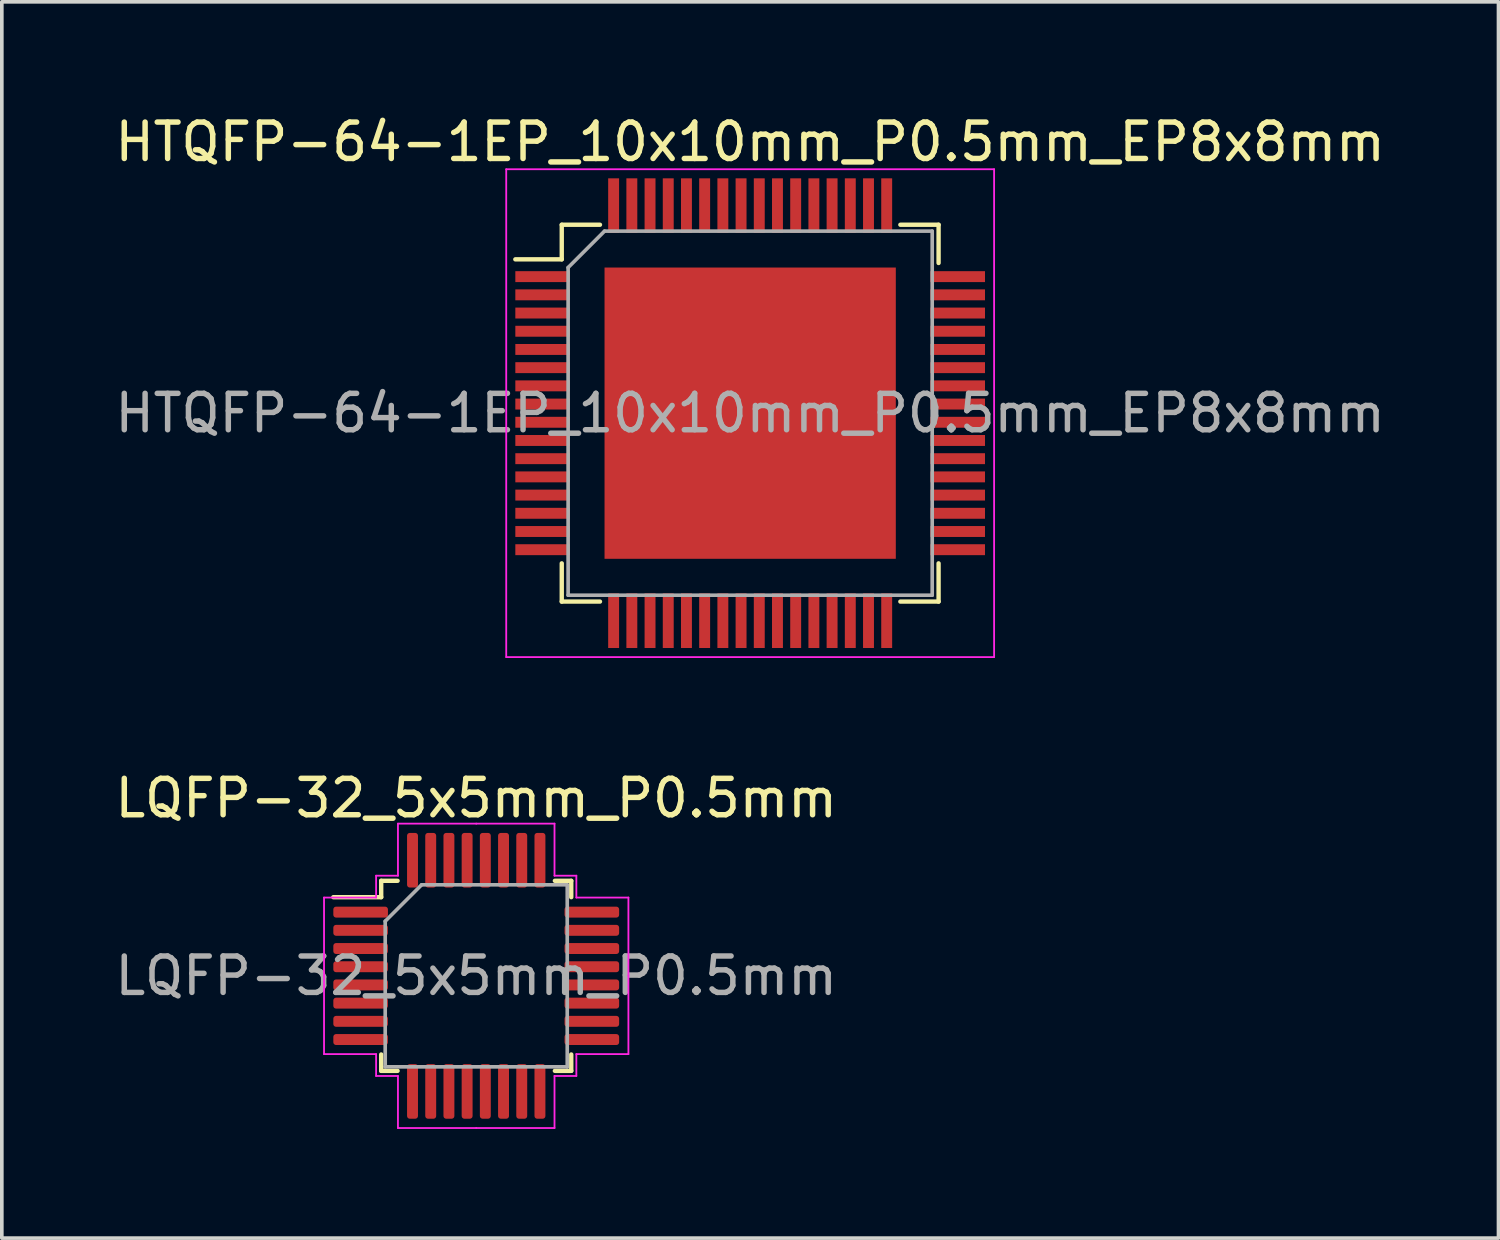
<source format=kicad_pcb>
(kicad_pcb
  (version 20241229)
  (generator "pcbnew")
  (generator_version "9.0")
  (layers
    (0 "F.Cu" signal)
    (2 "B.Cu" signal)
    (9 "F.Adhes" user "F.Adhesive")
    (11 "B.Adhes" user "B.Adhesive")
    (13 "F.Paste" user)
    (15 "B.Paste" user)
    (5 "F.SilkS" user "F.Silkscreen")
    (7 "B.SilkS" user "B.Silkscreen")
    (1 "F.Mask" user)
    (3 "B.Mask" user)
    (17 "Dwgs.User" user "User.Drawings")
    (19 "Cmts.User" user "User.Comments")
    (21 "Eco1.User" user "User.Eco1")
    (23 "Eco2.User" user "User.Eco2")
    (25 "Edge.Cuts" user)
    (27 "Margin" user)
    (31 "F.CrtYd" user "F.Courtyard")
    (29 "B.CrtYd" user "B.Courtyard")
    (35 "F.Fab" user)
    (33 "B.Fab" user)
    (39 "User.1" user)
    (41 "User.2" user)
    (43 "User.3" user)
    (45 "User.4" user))
  (footprint "HTQFP-64-1EP_10x10mm_P0.5mm_EP8x8mm"
    (layer "F.Cu")
    (at 17.554 8.298)
    (property "Reference" "HTQFP-64-1EP_10x10mm_P0.5mm_EP8x8mm" (at 0 -7.45 0) (layer "F.SilkS") (effects (font (size 1 1) (thickness 0.15))))
    (attr smd)
    (fp_line (start -5.175 -5.175) (end -5.175 -4.225) (stroke (width 0.12) (type solid)) (layer "F.SilkS"))
    (fp_line (start -5.175 -5.175) (end -4.125 -5.175) (stroke (width 0.12) (type solid)) (layer "F.SilkS"))
    (fp_line (start -5.175 -4.225) (end -6.45 -4.225) (stroke (width 0.12) (type solid)) (layer "F.SilkS"))
    (fp_line (start -5.175 5.175) (end -5.175 4.125) (stroke (width 0.12) (type solid)) (layer "F.SilkS"))
    (fp_line (start -5.175 5.175) (end -4.125 5.175) (stroke (width 0.12) (type solid)) (layer "F.SilkS"))
    (fp_line (start 5.175 -5.175) (end 4.125 -5.175) (stroke (width 0.12) (type solid)) (layer "F.SilkS"))
    (fp_line (start 5.175 -5.175) (end 5.175 -4.125) (stroke (width 0.12) (type solid)) (layer "F.SilkS"))
    (fp_line (start 5.175 5.175) (end 4.125 5.175) (stroke (width 0.12) (type solid)) (layer "F.SilkS"))
    (fp_line (start 5.175 5.175) (end 5.175 4.125) (stroke (width 0.12) (type solid)) (layer "F.SilkS"))
    (fp_line (start -6.7 -6.7) (end -6.7 6.7) (stroke (width 0.05) (type solid)) (layer "F.CrtYd"))
    (fp_line (start -6.7 -6.7) (end 6.7 -6.7) (stroke (width 0.05) (type solid)) (layer "F.CrtYd"))
    (fp_line (start -6.7 6.7) (end 6.7 6.7) (stroke (width 0.05) (type solid)) (layer "F.CrtYd"))
    (fp_line (start 6.7 -6.7) (end 6.7 6.7) (stroke (width 0.05) (type solid)) (layer "F.CrtYd"))
    (fp_line (start -5 -4) (end -4 -5) (stroke (width 0.1) (type solid)) (layer "F.Fab"))
    (fp_line (start -5 5) (end -5 -4) (stroke (width 0.1) (type solid)) (layer "F.Fab"))
    (fp_line (start -4 -5) (end 5 -5) (stroke (width 0.1) (type solid)) (layer "F.Fab"))
    (fp_line (start 5 -5) (end 5 5) (stroke (width 0.1) (type solid)) (layer "F.Fab"))
    (fp_line (start 5 5) (end -5 5) (stroke (width 0.1) (type solid)) (layer "F.Fab"))
    (fp_text user "${REFERENCE}" (at 0 0 0) (layer "F.Fab") (effects (font (size 1 1) (thickness 0.15))))
    (pad "" smd rect (at -2 -2 180) (size 3.2 3.2) (layers "F.Paste"))
    (pad "" smd rect (at -2 2 180) (size 3.2 3.2) (layers "F.Paste"))
    (pad "" smd rect (at 2 -2 180) (size 3.2 3.2) (layers "F.Paste"))
    (pad "" smd rect (at 2 2 180) (size 3.2 3.2) (layers "F.Paste"))
    (pad "1" smd rect (at -5.7 -3.75) (size 1.5 0.3) (layers "F.Cu" "F.Mask" "F.Paste"))
    (pad "2" smd rect (at -5.7 -3.25) (size 1.5 0.3) (layers "F.Cu" "F.Mask" "F.Paste"))
    (pad "3" smd rect (at -5.7 -2.75) (size 1.5 0.3) (layers "F.Cu" "F.Mask" "F.Paste"))
    (pad "4" smd rect (at -5.7 -2.25) (size 1.5 0.3) (layers "F.Cu" "F.Mask" "F.Paste"))
    (pad "5" smd rect (at -5.7 -1.75) (size 1.5 0.3) (layers "F.Cu" "F.Mask" "F.Paste"))
    (pad "6" smd rect (at -5.7 -1.25) (size 1.5 0.3) (layers "F.Cu" "F.Mask" "F.Paste"))
    (pad "7" smd rect (at -5.7 -0.75) (size 1.5 0.3) (layers "F.Cu" "F.Mask" "F.Paste"))
    (pad "8" smd rect (at -5.7 -0.25) (size 1.5 0.3) (layers "F.Cu" "F.Mask" "F.Paste"))
    (pad "9" smd rect (at -5.7 0.25) (size 1.5 0.3) (layers "F.Cu" "F.Mask" "F.Paste"))
    (pad "10" smd rect (at -5.7 0.75) (size 1.5 0.3) (layers "F.Cu" "F.Mask" "F.Paste"))
    (pad "11" smd rect (at -5.7 1.25) (size 1.5 0.3) (layers "F.Cu" "F.Mask" "F.Paste"))
    (pad "12" smd rect (at -5.7 1.75) (size 1.5 0.3) (layers "F.Cu" "F.Mask" "F.Paste"))
    (pad "13" smd rect (at -5.7 2.25) (size 1.5 0.3) (layers "F.Cu" "F.Mask" "F.Paste"))
    (pad "14" smd rect (at -5.7 2.75) (size 1.5 0.3) (layers "F.Cu" "F.Mask" "F.Paste"))
    (pad "15" smd rect (at -5.7 3.25) (size 1.5 0.3) (layers "F.Cu" "F.Mask" "F.Paste"))
    (pad "16" smd rect (at -5.7 3.75) (size 1.5 0.3) (layers "F.Cu" "F.Mask" "F.Paste"))
    (pad "17" smd rect (at -3.75 5.7 90) (size 1.5 0.3) (layers "F.Cu" "F.Mask" "F.Paste"))
    (pad "18" smd rect (at -3.25 5.7 90) (size 1.5 0.3) (layers "F.Cu" "F.Mask" "F.Paste"))
    (pad "19" smd rect (at -2.75 5.7 90) (size 1.5 0.3) (layers "F.Cu" "F.Mask" "F.Paste"))
    (pad "20" smd rect (at -2.25 5.7 90) (size 1.5 0.3) (layers "F.Cu" "F.Mask" "F.Paste"))
    (pad "21" smd rect (at -1.75 5.7 90) (size 1.5 0.3) (layers "F.Cu" "F.Mask" "F.Paste"))
    (pad "22" smd rect (at -1.25 5.7 90) (size 1.5 0.3) (layers "F.Cu" "F.Mask" "F.Paste"))
    (pad "23" smd rect (at -0.75 5.7 90) (size 1.5 0.3) (layers "F.Cu" "F.Mask" "F.Paste"))
    (pad "24" smd rect (at -0.25 5.7 90) (size 1.5 0.3) (layers "F.Cu" "F.Mask" "F.Paste"))
    (pad "25" smd rect (at 0.25 5.7 90) (size 1.5 0.3) (layers "F.Cu" "F.Mask" "F.Paste"))
    (pad "26" smd rect (at 0.75 5.7 90) (size 1.5 0.3) (layers "F.Cu" "F.Mask" "F.Paste"))
    (pad "27" smd rect (at 1.25 5.7 90) (size 1.5 0.3) (layers "F.Cu" "F.Mask" "F.Paste"))
    (pad "28" smd rect (at 1.75 5.7 90) (size 1.5 0.3) (layers "F.Cu" "F.Mask" "F.Paste"))
    (pad "29" smd rect (at 2.25 5.7 90) (size 1.5 0.3) (layers "F.Cu" "F.Mask" "F.Paste"))
    (pad "30" smd rect (at 2.75 5.7 90) (size 1.5 0.3) (layers "F.Cu" "F.Mask" "F.Paste"))
    (pad "31" smd rect (at 3.25 5.7 90) (size 1.5 0.3) (layers "F.Cu" "F.Mask" "F.Paste"))
    (pad "32" smd rect (at 3.75 5.7 90) (size 1.5 0.3) (layers "F.Cu" "F.Mask" "F.Paste"))
    (pad "33" smd rect (at 5.7 3.75) (size 1.5 0.3) (layers "F.Cu" "F.Mask" "F.Paste"))
    (pad "34" smd rect (at 5.7 3.25) (size 1.5 0.3) (layers "F.Cu" "F.Mask" "F.Paste"))
    (pad "35" smd rect (at 5.7 2.75) (size 1.5 0.3) (layers "F.Cu" "F.Mask" "F.Paste"))
    (pad "36" smd rect (at 5.7 2.25) (size 1.5 0.3) (layers "F.Cu" "F.Mask" "F.Paste"))
    (pad "37" smd rect (at 5.7 1.75) (size 1.5 0.3) (layers "F.Cu" "F.Mask" "F.Paste"))
    (pad "38" smd rect (at 5.7 1.25) (size 1.5 0.3) (layers "F.Cu" "F.Mask" "F.Paste"))
    (pad "39" smd rect (at 5.7 0.75) (size 1.5 0.3) (layers "F.Cu" "F.Mask" "F.Paste"))
    (pad "40" smd rect (at 5.7 0.25) (size 1.5 0.3) (layers "F.Cu" "F.Mask" "F.Paste"))
    (pad "41" smd rect (at 5.7 -0.25) (size 1.5 0.3) (layers "F.Cu" "F.Mask" "F.Paste"))
    (pad "42" smd rect (at 5.7 -0.75) (size 1.5 0.3) (layers "F.Cu" "F.Mask" "F.Paste"))
    (pad "43" smd rect (at 5.7 -1.25) (size 1.5 0.3) (layers "F.Cu" "F.Mask" "F.Paste"))
    (pad "44" smd rect (at 5.7 -1.75) (size 1.5 0.3) (layers "F.Cu" "F.Mask" "F.Paste"))
    (pad "45" smd rect (at 5.7 -2.25) (size 1.5 0.3) (layers "F.Cu" "F.Mask" "F.Paste"))
    (pad "46" smd rect (at 5.7 -2.75) (size 1.5 0.3) (layers "F.Cu" "F.Mask" "F.Paste"))
    (pad "47" smd rect (at 5.7 -3.25) (size 1.5 0.3) (layers "F.Cu" "F.Mask" "F.Paste"))
    (pad "48" smd rect (at 5.7 -3.75) (size 1.5 0.3) (layers "F.Cu" "F.Mask" "F.Paste"))
    (pad "49" smd rect (at 3.75 -5.7 90) (size 1.5 0.3) (layers "F.Cu" "F.Mask" "F.Paste"))
    (pad "50" smd rect (at 3.25 -5.7 90) (size 1.5 0.3) (layers "F.Cu" "F.Mask" "F.Paste"))
    (pad "51" smd rect (at 2.75 -5.7 90) (size 1.5 0.3) (layers "F.Cu" "F.Mask" "F.Paste"))
    (pad "52" smd rect (at 2.25 -5.7 90) (size 1.5 0.3) (layers "F.Cu" "F.Mask" "F.Paste"))
    (pad "53" smd rect (at 1.75 -5.7 90) (size 1.5 0.3) (layers "F.Cu" "F.Mask" "F.Paste"))
    (pad "54" smd rect (at 1.25 -5.7 90) (size 1.5 0.3) (layers "F.Cu" "F.Mask" "F.Paste"))
    (pad "55" smd rect (at 0.75 -5.7 90) (size 1.5 0.3) (layers "F.Cu" "F.Mask" "F.Paste"))
    (pad "56" smd rect (at 0.25 -5.7 90) (size 1.5 0.3) (layers "F.Cu" "F.Mask" "F.Paste"))
    (pad "57" smd rect (at -0.25 -5.7 90) (size 1.5 0.3) (layers "F.Cu" "F.Mask" "F.Paste"))
    (pad "58" smd rect (at -0.75 -5.7 90) (size 1.5 0.3) (layers "F.Cu" "F.Mask" "F.Paste"))
    (pad "59" smd rect (at -1.25 -5.7 90) (size 1.5 0.3) (layers "F.Cu" "F.Mask" "F.Paste"))
    (pad "60" smd rect (at -1.75 -5.7 90) (size 1.5 0.3) (layers "F.Cu" "F.Mask" "F.Paste"))
    (pad "61" smd rect (at -2.25 -5.7 90) (size 1.5 0.3) (layers "F.Cu" "F.Mask" "F.Paste"))
    (pad "62" smd rect (at -2.75 -5.7 90) (size 1.5 0.3) (layers "F.Cu" "F.Mask" "F.Paste"))
    (pad "63" smd rect (at -3.25 -5.7 90) (size 1.5 0.3) (layers "F.Cu" "F.Mask" "F.Paste"))
    (pad "64" smd rect (at -3.75 -5.7 90) (size 1.5 0.3) (layers "F.Cu" "F.Mask" "F.Paste"))
    (pad "65" smd rect (at 0 0 180) (size 8 8) (layers "F.Cu" "F.Mask")))
  (footprint "LQFP-32_5x5mm_P0.5mm"
    (layer "F.Cu")
    (at 10.03 23.752)
    (property "Reference" "LQFP-32_5x5mm_P0.5mm" (at 0 -4.88 0) (layer "F.SilkS") (effects (font (size 1 1) (thickness 0.15))))
    (attr smd)
    (fp_line (start -2.61 -2.61) (end -2.61 -2.16) (stroke (width 0.12) (type solid)) (layer "F.SilkS"))
    (fp_line (start -2.61 -2.16) (end -3.925 -2.16) (stroke (width 0.12) (type solid)) (layer "F.SilkS"))
    (fp_line (start -2.61 2.61) (end -2.61 2.16) (stroke (width 0.12) (type solid)) (layer "F.SilkS"))
    (fp_line (start -2.16 -2.61) (end -2.61 -2.61) (stroke (width 0.12) (type solid)) (layer "F.SilkS"))
    (fp_line (start -2.16 2.61) (end -2.61 2.61) (stroke (width 0.12) (type solid)) (layer "F.SilkS"))
    (fp_line (start 2.16 -2.61) (end 2.61 -2.61) (stroke (width 0.12) (type solid)) (layer "F.SilkS"))
    (fp_line (start 2.16 2.61) (end 2.61 2.61) (stroke (width 0.12) (type solid)) (layer "F.SilkS"))
    (fp_line (start 2.61 -2.61) (end 2.61 -2.16) (stroke (width 0.12) (type solid)) (layer "F.SilkS"))
    (fp_line (start 2.61 2.61) (end 2.61 2.16) (stroke (width 0.12) (type solid)) (layer "F.SilkS"))
    (fp_line (start -4.18 -2.15) (end -4.18 0) (stroke (width 0.05) (type solid)) (layer "F.CrtYd"))
    (fp_line (start -4.18 2.15) (end -4.18 0) (stroke (width 0.05) (type solid)) (layer "F.CrtYd"))
    (fp_line (start -2.75 -2.75) (end -2.75 -2.15) (stroke (width 0.05) (type solid)) (layer "F.CrtYd"))
    (fp_line (start -2.75 -2.15) (end -4.18 -2.15) (stroke (width 0.05) (type solid)) (layer "F.CrtYd"))
    (fp_line (start -2.75 2.15) (end -4.18 2.15) (stroke (width 0.05) (type solid)) (layer "F.CrtYd"))
    (fp_line (start -2.75 2.75) (end -2.75 2.15) (stroke (width 0.05) (type solid)) (layer "F.CrtYd"))
    (fp_line (start -2.15 -4.18) (end -2.15 -2.75) (stroke (width 0.05) (type solid)) (layer "F.CrtYd"))
    (fp_line (start -2.15 -2.75) (end -2.75 -2.75) (stroke (width 0.05) (type solid)) (layer "F.CrtYd"))
    (fp_line (start -2.15 2.75) (end -2.75 2.75) (stroke (width 0.05) (type solid)) (layer "F.CrtYd"))
    (fp_line (start -2.15 4.18) (end -2.15 2.75) (stroke (width 0.05) (type solid)) (layer "F.CrtYd"))
    (fp_line (start 0 -4.18) (end -2.15 -4.18) (stroke (width 0.05) (type solid)) (layer "F.CrtYd"))
    (fp_line (start 0 -4.18) (end 2.15 -4.18) (stroke (width 0.05) (type solid)) (layer "F.CrtYd"))
    (fp_line (start 0 4.18) (end -2.15 4.18) (stroke (width 0.05) (type solid)) (layer "F.CrtYd"))
    (fp_line (start 0 4.18) (end 2.15 4.18) (stroke (width 0.05) (type solid)) (layer "F.CrtYd"))
    (fp_line (start 2.15 -4.18) (end 2.15 -2.75) (stroke (width 0.05) (type solid)) (layer "F.CrtYd"))
    (fp_line (start 2.15 -2.75) (end 2.75 -2.75) (stroke (width 0.05) (type solid)) (layer "F.CrtYd"))
    (fp_line (start 2.15 2.75) (end 2.75 2.75) (stroke (width 0.05) (type solid)) (layer "F.CrtYd"))
    (fp_line (start 2.15 4.18) (end 2.15 2.75) (stroke (width 0.05) (type solid)) (layer "F.CrtYd"))
    (fp_line (start 2.75 -2.75) (end 2.75 -2.15) (stroke (width 0.05) (type solid)) (layer "F.CrtYd"))
    (fp_line (start 2.75 -2.15) (end 4.18 -2.15) (stroke (width 0.05) (type solid)) (layer "F.CrtYd"))
    (fp_line (start 2.75 2.15) (end 4.18 2.15) (stroke (width 0.05) (type solid)) (layer "F.CrtYd"))
    (fp_line (start 2.75 2.75) (end 2.75 2.15) (stroke (width 0.05) (type solid)) (layer "F.CrtYd"))
    (fp_line (start 4.18 -2.15) (end 4.18 0) (stroke (width 0.05) (type solid)) (layer "F.CrtYd"))
    (fp_line (start 4.18 2.15) (end 4.18 0) (stroke (width 0.05) (type solid)) (layer "F.CrtYd"))
    (fp_line (start -2.5 -1.5) (end -1.5 -2.5) (stroke (width 0.1) (type solid)) (layer "F.Fab"))
    (fp_line (start -2.5 2.5) (end -2.5 -1.5) (stroke (width 0.1) (type solid)) (layer "F.Fab"))
    (fp_line (start -1.5 -2.5) (end 2.5 -2.5) (stroke (width 0.1) (type solid)) (layer "F.Fab"))
    (fp_line (start 2.5 -2.5) (end 2.5 2.5) (stroke (width 0.1) (type solid)) (layer "F.Fab"))
    (fp_line (start 2.5 2.5) (end -2.5 2.5) (stroke (width 0.1) (type solid)) (layer "F.Fab"))
    (fp_text user "${REFERENCE}" (at 0 0 0) (layer "F.Fab") (effects (font (size 1 1) (thickness 0.15))))
    (pad "1" smd roundrect (at -3.175 -1.75) (size 1.5 0.3) (layers "F.Cu" "F.Mask" "F.Paste") (roundrect_rratio 0.25))
    (pad "2" smd roundrect (at -3.175 -1.25) (size 1.5 0.3) (layers "F.Cu" "F.Mask" "F.Paste") (roundrect_rratio 0.25))
    (pad "3" smd roundrect (at -3.175 -0.75) (size 1.5 0.3) (layers "F.Cu" "F.Mask" "F.Paste") (roundrect_rratio 0.25))
    (pad "4" smd roundrect (at -3.175 -0.25) (size 1.5 0.3) (layers "F.Cu" "F.Mask" "F.Paste") (roundrect_rratio 0.25))
    (pad "5" smd roundrect (at -3.175 0.25) (size 1.5 0.3) (layers "F.Cu" "F.Mask" "F.Paste") (roundrect_rratio 0.25))
    (pad "6" smd roundrect (at -3.175 0.75) (size 1.5 0.3) (layers "F.Cu" "F.Mask" "F.Paste") (roundrect_rratio 0.25))
    (pad "7" smd roundrect (at -3.175 1.25) (size 1.5 0.3) (layers "F.Cu" "F.Mask" "F.Paste") (roundrect_rratio 0.25))
    (pad "8" smd roundrect (at -3.175 1.75) (size 1.5 0.3) (layers "F.Cu" "F.Mask" "F.Paste") (roundrect_rratio 0.25))
    (pad "9" smd roundrect (at -1.75 3.175) (size 0.3 1.5) (layers "F.Cu" "F.Mask" "F.Paste") (roundrect_rratio 0.25))
    (pad "10" smd roundrect (at -1.25 3.175) (size 0.3 1.5) (layers "F.Cu" "F.Mask" "F.Paste") (roundrect_rratio 0.25))
    (pad "11" smd roundrect (at -0.75 3.175) (size 0.3 1.5) (layers "F.Cu" "F.Mask" "F.Paste") (roundrect_rratio 0.25))
    (pad "12" smd roundrect (at -0.25 3.175) (size 0.3 1.5) (layers "F.Cu" "F.Mask" "F.Paste") (roundrect_rratio 0.25))
    (pad "13" smd roundrect (at 0.25 3.175) (size 0.3 1.5) (layers "F.Cu" "F.Mask" "F.Paste") (roundrect_rratio 0.25))
    (pad "14" smd roundrect (at 0.75 3.175) (size 0.3 1.5) (layers "F.Cu" "F.Mask" "F.Paste") (roundrect_rratio 0.25))
    (pad "15" smd roundrect (at 1.25 3.175) (size 0.3 1.5) (layers "F.Cu" "F.Mask" "F.Paste") (roundrect_rratio 0.25))
    (pad "16" smd roundrect (at 1.75 3.175) (size 0.3 1.5) (layers "F.Cu" "F.Mask" "F.Paste") (roundrect_rratio 0.25))
    (pad "17" smd roundrect (at 3.175 1.75) (size 1.5 0.3) (layers "F.Cu" "F.Mask" "F.Paste") (roundrect_rratio 0.25))
    (pad "18" smd roundrect (at 3.175 1.25) (size 1.5 0.3) (layers "F.Cu" "F.Mask" "F.Paste") (roundrect_rratio 0.25))
    (pad "19" smd roundrect (at 3.175 0.75) (size 1.5 0.3) (layers "F.Cu" "F.Mask" "F.Paste") (roundrect_rratio 0.25))
    (pad "20" smd roundrect (at 3.175 0.25) (size 1.5 0.3) (layers "F.Cu" "F.Mask" "F.Paste") (roundrect_rratio 0.25))
    (pad "21" smd roundrect (at 3.175 -0.25) (size 1.5 0.3) (layers "F.Cu" "F.Mask" "F.Paste") (roundrect_rratio 0.25))
    (pad "22" smd roundrect (at 3.175 -0.75) (size 1.5 0.3) (layers "F.Cu" "F.Mask" "F.Paste") (roundrect_rratio 0.25))
    (pad "23" smd roundrect (at 3.175 -1.25) (size 1.5 0.3) (layers "F.Cu" "F.Mask" "F.Paste") (roundrect_rratio 0.25))
    (pad "24" smd roundrect (at 3.175 -1.75) (size 1.5 0.3) (layers "F.Cu" "F.Mask" "F.Paste") (roundrect_rratio 0.25))
    (pad "25" smd roundrect (at 1.75 -3.175) (size 0.3 1.5) (layers "F.Cu" "F.Mask" "F.Paste") (roundrect_rratio 0.25))
    (pad "26" smd roundrect (at 1.25 -3.175) (size 0.3 1.5) (layers "F.Cu" "F.Mask" "F.Paste") (roundrect_rratio 0.25))
    (pad "27" smd roundrect (at 0.75 -3.175) (size 0.3 1.5) (layers "F.Cu" "F.Mask" "F.Paste") (roundrect_rratio 0.25))
    (pad "28" smd roundrect (at 0.25 -3.175) (size 0.3 1.5) (layers "F.Cu" "F.Mask" "F.Paste") (roundrect_rratio 0.25))
    (pad "29" smd roundrect (at -0.25 -3.175) (size 0.3 1.5) (layers "F.Cu" "F.Mask" "F.Paste") (roundrect_rratio 0.25))
    (pad "30" smd roundrect (at -0.75 -3.175) (size 0.3 1.5) (layers "F.Cu" "F.Mask" "F.Paste") (roundrect_rratio 0.25))
    (pad "31" smd roundrect (at -1.25 -3.175) (size 0.3 1.5) (layers "F.Cu" "F.Mask" "F.Paste") (roundrect_rratio 0.25))
    (pad "32" smd roundrect (at -1.75 -3.175) (size 0.3 1.5) (layers "F.Cu" "F.Mask" "F.Paste") (roundrect_rratio 0.25)))
  (gr_rect
    (start -3 -3)
    (end 38.107 30.956)
    (stroke (width 0.1) (type default))
    (fill no)
    (layer "Edge.Cuts")))
</source>
